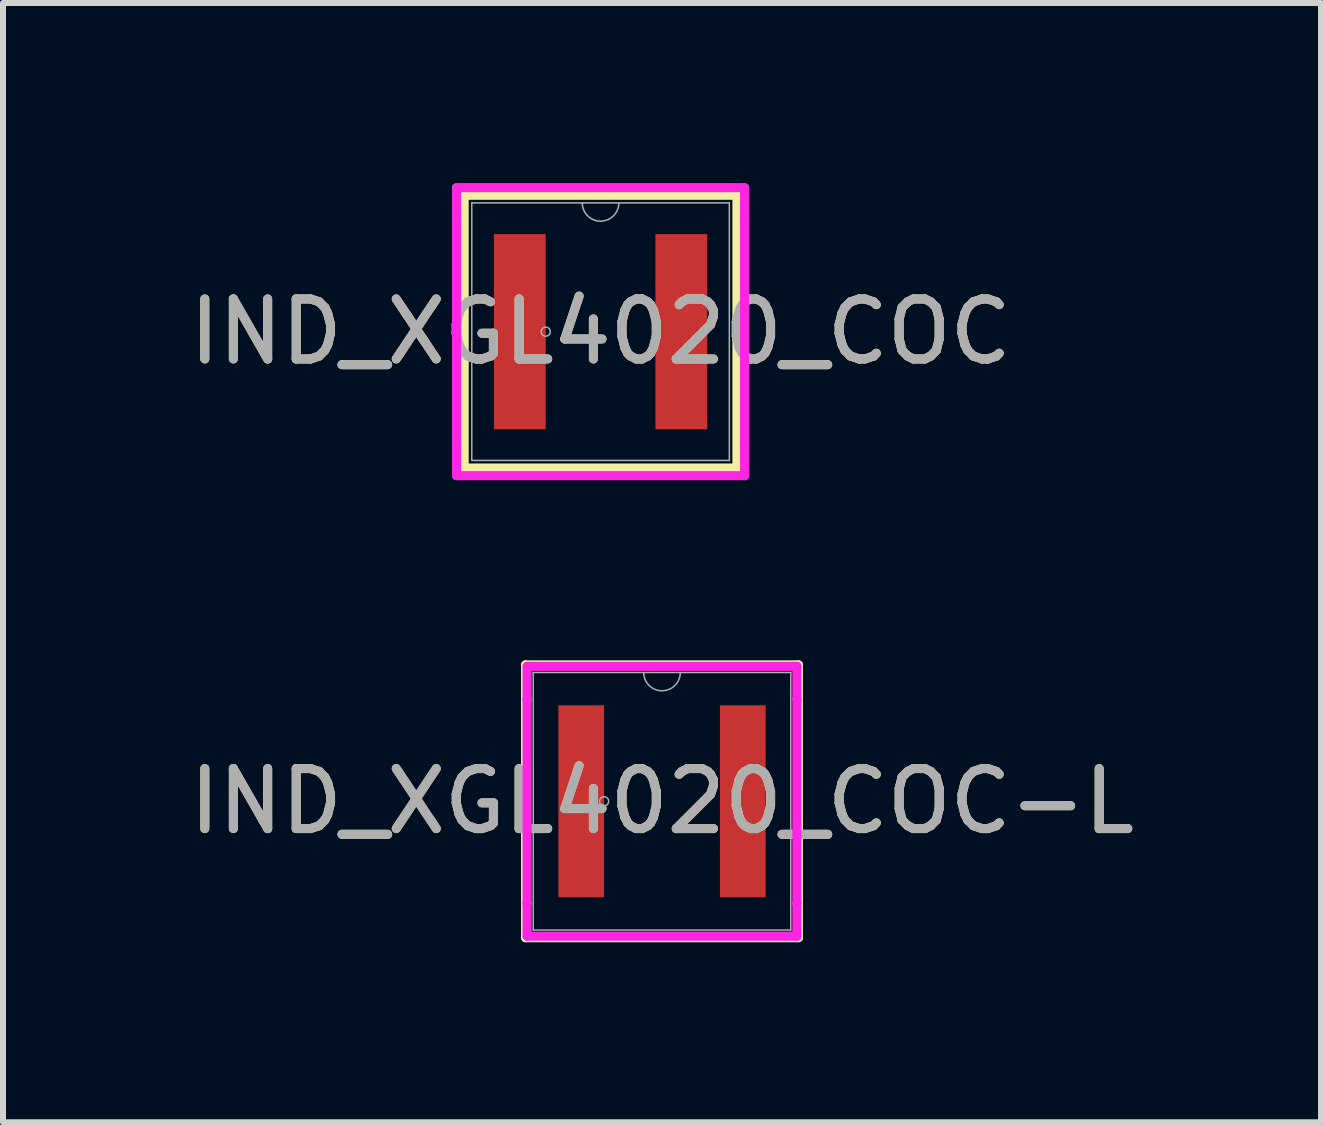
<source format=kicad_pcb>
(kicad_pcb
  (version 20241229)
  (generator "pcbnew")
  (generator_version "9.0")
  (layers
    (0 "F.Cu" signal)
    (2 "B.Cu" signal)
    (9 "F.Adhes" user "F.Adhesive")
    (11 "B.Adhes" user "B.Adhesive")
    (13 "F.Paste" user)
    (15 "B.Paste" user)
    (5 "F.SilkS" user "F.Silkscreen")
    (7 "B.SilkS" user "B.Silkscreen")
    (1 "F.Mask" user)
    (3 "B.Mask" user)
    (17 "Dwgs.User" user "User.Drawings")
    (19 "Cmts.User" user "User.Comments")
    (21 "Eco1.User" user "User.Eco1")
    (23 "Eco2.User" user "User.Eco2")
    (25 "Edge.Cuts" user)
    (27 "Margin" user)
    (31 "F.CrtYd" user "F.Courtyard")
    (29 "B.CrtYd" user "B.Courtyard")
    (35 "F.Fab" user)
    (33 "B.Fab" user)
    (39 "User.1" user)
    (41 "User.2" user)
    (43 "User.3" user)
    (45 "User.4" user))
  (footprint "IND_XGL4020_COC-L"
    (layer "F.Cu")
    (at 7.982 10.303)
    (property "Reference" "IND_XGL4020_COC-L" (at 0 0 0) (unlocked yes) (layer "F.SilkS") (effects (font (size 1 1) (thickness 0.15))))
    (attr smd)
    (fp_line (start -2.273 -2.273) (end -2.273 2.273) (stroke (width 0.152) (type solid)) (layer "F.SilkS"))
    (fp_line (start -2.273 2.273) (end 2.273 2.273) (stroke (width 0.152) (type solid)) (layer "F.SilkS"))
    (fp_line (start 2.273 -2.273) (end -2.273 -2.273) (stroke (width 0.152) (type solid)) (layer "F.SilkS"))
    (fp_line (start 2.273 2.273) (end 2.273 -2.273) (stroke (width 0.152) (type solid)) (layer "F.SilkS"))
    (fp_line (start -2.248 -2.248) (end 2.248 -2.248) (stroke (width 0.152) (type solid)) (layer "F.CrtYd"))
    (fp_line (start -2.248 -1.702) (end -2.248 -2.248) (stroke (width 0.152) (type solid)) (layer "F.CrtYd"))
    (fp_line (start -2.248 -1.702) (end -2.248 -1.702) (stroke (width 0.152) (type solid)) (layer "F.CrtYd"))
    (fp_line (start -2.248 1.702) (end -2.248 -1.702) (stroke (width 0.152) (type solid)) (layer "F.CrtYd"))
    (fp_line (start -2.248 1.702) (end -2.248 1.702) (stroke (width 0.152) (type solid)) (layer "F.CrtYd"))
    (fp_line (start -2.248 2.248) (end -2.248 1.702) (stroke (width 0.152) (type solid)) (layer "F.CrtYd"))
    (fp_line (start 2.248 -2.248) (end 2.248 -1.702) (stroke (width 0.152) (type solid)) (layer "F.CrtYd"))
    (fp_line (start 2.248 -1.702) (end 2.248 -1.702) (stroke (width 0.152) (type solid)) (layer "F.CrtYd"))
    (fp_line (start 2.248 -1.702) (end 2.248 1.702) (stroke (width 0.152) (type solid)) (layer "F.CrtYd"))
    (fp_line (start 2.248 1.702) (end 2.248 1.702) (stroke (width 0.152) (type solid)) (layer "F.CrtYd"))
    (fp_line (start 2.248 1.702) (end 2.248 2.248) (stroke (width 0.152) (type solid)) (layer "F.CrtYd"))
    (fp_line (start 2.248 2.248) (end -2.248 2.248) (stroke (width 0.152) (type solid)) (layer "F.CrtYd"))
    (fp_line (start -2.146 -2.146) (end -2.146 2.146) (stroke (width 0.025) (type solid)) (layer "F.Fab"))
    (fp_line (start -2.146 2.146) (end 2.146 2.146) (stroke (width 0.025) (type solid)) (layer "F.Fab"))
    (fp_line (start 2.146 -2.146) (end -2.146 -2.146) (stroke (width 0.025) (type solid)) (layer "F.Fab"))
    (fp_line (start 2.146 2.146) (end 2.146 -2.146) (stroke (width 0.025) (type solid)) (layer "F.Fab"))
    (fp_arc (start 0.3048 -2.1463) (mid 0 -1.8415) (end -0.3048 -2.1463) (stroke (width 0.0254) (type solid)) (layer "F.Fab"))
    (fp_circle (center -0.965 0) (end -0.889 0) (stroke (width 0.025) (type solid)) (fill no) (layer "F.Fab"))
    (fp_text user "${REFERENCE}" (at 0 0 0) (unlocked yes) (layer "F.Fab") (effects (font (size 1 1) (thickness 0.15))))
    (pad "1" smd rect (at -1.346 0) (size 0.762 3.2) (layers "F.Cu" "F.Mask" "F.Paste"))
    (pad "2" smd rect (at 1.346 0) (size 0.762 3.2) (layers "F.Cu" "F.Mask" "F.Paste")))
  (footprint "IND_XGL4020_COC"
    (layer "F.Cu")
    (at 6.958 2.477)
    (property "Reference" "IND_XGL4020_COC" (at 0 0 0) (unlocked yes) (layer "F.SilkS") (effects (font (size 1 1) (thickness 0.15))))
    (attr smd)
    (fp_line (start -2.273 -2.273) (end -2.273 2.273) (stroke (width 0.152) (type solid)) (layer "F.SilkS"))
    (fp_line (start -2.273 2.273) (end 2.273 2.273) (stroke (width 0.152) (type solid)) (layer "F.SilkS"))
    (fp_line (start 2.273 -2.273) (end -2.273 -2.273) (stroke (width 0.152) (type solid)) (layer "F.SilkS"))
    (fp_line (start 2.273 2.273) (end 2.273 -2.273) (stroke (width 0.152) (type solid)) (layer "F.SilkS"))
    (fp_line (start -2.4 -2.4) (end 2.4 -2.4) (stroke (width 0.152) (type solid)) (layer "F.CrtYd"))
    (fp_line (start -2.4 -1.88) (end -2.4 -2.4) (stroke (width 0.152) (type solid)) (layer "F.CrtYd"))
    (fp_line (start -2.4 -1.88) (end -2.4 -1.88) (stroke (width 0.152) (type solid)) (layer "F.CrtYd"))
    (fp_line (start -2.4 1.88) (end -2.4 -1.88) (stroke (width 0.152) (type solid)) (layer "F.CrtYd"))
    (fp_line (start -2.4 1.88) (end -2.4 1.88) (stroke (width 0.152) (type solid)) (layer "F.CrtYd"))
    (fp_line (start -2.4 2.4) (end -2.4 1.88) (stroke (width 0.152) (type solid)) (layer "F.CrtYd"))
    (fp_line (start 2.4 -2.4) (end 2.4 -1.88) (stroke (width 0.152) (type solid)) (layer "F.CrtYd"))
    (fp_line (start 2.4 -1.88) (end 2.4 -1.88) (stroke (width 0.152) (type solid)) (layer "F.CrtYd"))
    (fp_line (start 2.4 -1.88) (end 2.4 1.88) (stroke (width 0.152) (type solid)) (layer "F.CrtYd"))
    (fp_line (start 2.4 1.88) (end 2.4 1.88) (stroke (width 0.152) (type solid)) (layer "F.CrtYd"))
    (fp_line (start 2.4 1.88) (end 2.4 2.4) (stroke (width 0.152) (type solid)) (layer "F.CrtYd"))
    (fp_line (start 2.4 2.4) (end -2.4 2.4) (stroke (width 0.152) (type solid)) (layer "F.CrtYd"))
    (fp_line (start -2.146 -2.146) (end -2.146 2.146) (stroke (width 0.025) (type solid)) (layer "F.Fab"))
    (fp_line (start -2.146 2.146) (end 2.146 2.146) (stroke (width 0.025) (type solid)) (layer "F.Fab"))
    (fp_line (start 2.146 -2.146) (end -2.146 -2.146) (stroke (width 0.025) (type solid)) (layer "F.Fab"))
    (fp_line (start 2.146 2.146) (end 2.146 -2.146) (stroke (width 0.025) (type solid)) (layer "F.Fab"))
    (fp_arc (start 0.3048 -2.1463) (mid 0 -1.8415) (end -0.3048 -2.1463) (stroke (width 0.0254) (type solid)) (layer "F.Fab"))
    (fp_circle (center -0.914 0) (end -0.838 0) (stroke (width 0.025) (type solid)) (fill no) (layer "F.Fab"))
    (fp_text user "${REFERENCE}" (at 0 0 0) (unlocked yes) (layer "F.Fab") (effects (font (size 1 1) (thickness 0.15))))
    (pad "1" smd rect (at -1.346 0) (size 0.864 3.251) (layers "F.Cu" "F.Mask" "F.Paste"))
    (pad "2" smd rect (at 1.346 0) (size 0.864 3.251) (layers "F.Cu" "F.Mask" "F.Paste")))
  (gr_rect
    (start -3 -3)
    (end 18.964 15.652)
    (stroke (width 0.1) (type default))
    (fill no)
    (layer "Edge.Cuts")))
</source>
